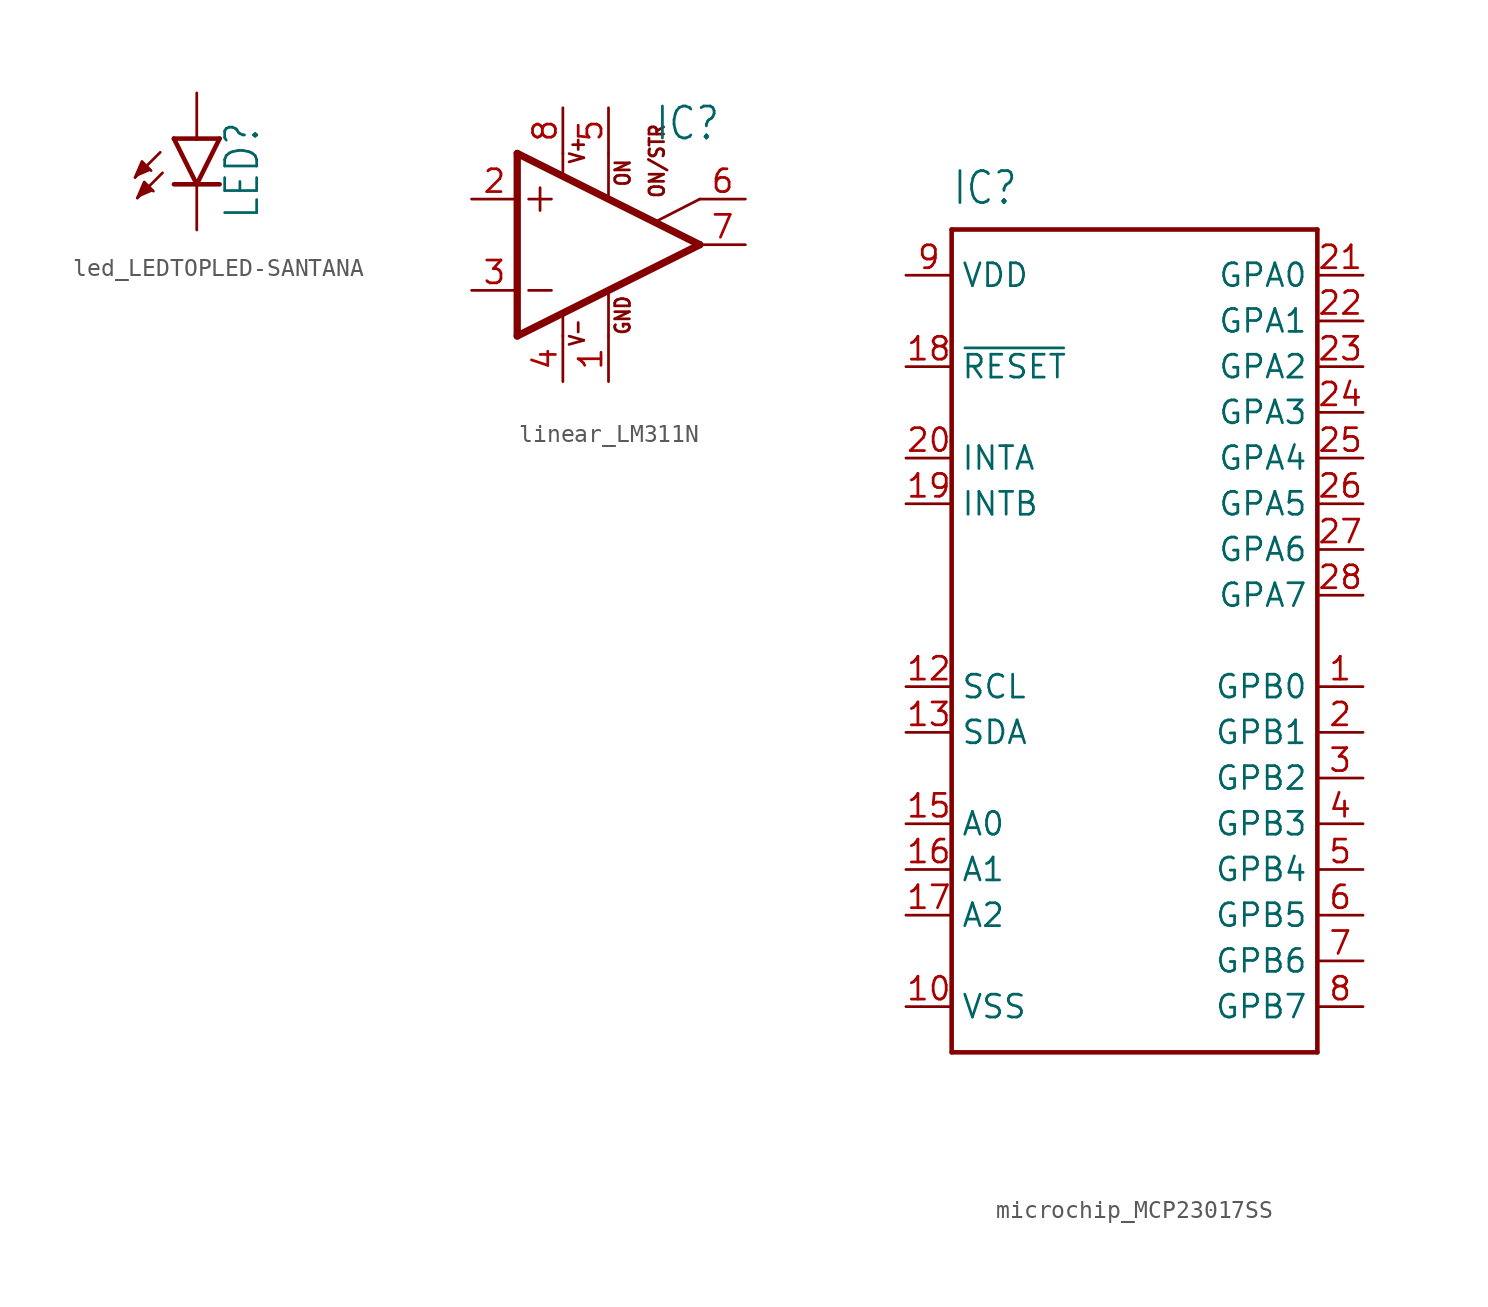
<source format=kicad_sym>
(kicad_symbol_lib
  (version 20231120)
  (generator "kicad_symbol_editor")
  (generator_version "8.0")
  (symbol "led_LEDTOPLED-SANTANA"
    (property "Reference" "LED"
      (at 3.556 -4.572 90)
      (effects (font (size 1.778 1.511)) (justify left bottom)))
    (property "Value" ""
      (at 5.715 -4.572 90)
      (effects (font (size 1.778 1.511)) (justify left bottom)))
    (property "ki_locked" ""
      (at 0 0 0)
      (effects (font (size 1.27 1.27))))
    (symbol "led_LEDTOPLED-SANTANA_1_0"
      (polyline (pts (xy -2.032 -0.762) (xy -3.429 -2.159)) (stroke (width 0.152) (type solid)) (fill (type none)))
      (polyline (pts (xy -1.905 -1.905) (xy -3.302 -3.302)) (stroke (width 0.152) (type solid)) (fill (type none)))
      (polyline (pts (xy 0 -2.54) (xy -1.27 -2.54)) (stroke (width 0.254) (type solid)) (fill (type none)))
      (polyline (pts (xy 0 -2.54) (xy -1.27 0)) (stroke (width 0.254) (type solid)) (fill (type none)))
      (polyline (pts (xy 0 0) (xy -1.27 0)) (stroke (width 0.254) (type solid)) (fill (type none)))
      (polyline (pts (xy 1.27 -2.54) (xy 0 -2.54)) (stroke (width 0.254) (type solid)) (fill (type none)))
      (polyline (pts (xy 1.27 0) (xy 0 -2.54)) (stroke (width 0.254) (type solid)) (fill (type none)))
      (polyline (pts (xy 1.27 0) (xy 0 0)) (stroke (width 0.254) (type solid)) (fill (type none)))
      (polyline (pts (xy -3.429 -2.159) (xy -3.048 -1.27) (xy -2.54 -1.778)) (stroke (width 0.152) (type solid)) (fill (type outline)))
      (polyline (pts (xy -3.302 -3.302) (xy -2.921 -2.413) (xy -2.413 -2.921)) (stroke (width 0.152) (type solid)) (fill (type outline)))
      (pin passive line (at 0 2.54 270) (length 2.54) (name "A" (effects (font (size 0 0)))) (number "A" (effects (font (size 0 0)))))
      (pin passive line (at 0 -5.08 90) (length 2.54) (name "C" (effects (font (size 0 0)))) (number "C" (effects (font (size 0 0)))))))
  (symbol "linear_LM311N"
    (property "Reference" "IC"
      (at 2.54 5.715 0)
      (effects (font (size 1.778 1.511)) (justify left bottom)))
    (property "Value" ""
      (at 2.54 -5.08 0)
      (effects (font (size 1.778 1.511)) (justify left bottom)))
    (property "ki_locked" ""
      (at 0 0 0)
      (effects (font (size 1.27 1.27))))
    (symbol "linear_LM311N_1_0"
      (polyline (pts (xy -5.08 -5.08) (xy 5.08 0)) (stroke (width 0.406) (type solid)) (fill (type none)))
      (polyline (pts (xy -5.08 5.08) (xy -5.08 -5.08)) (stroke (width 0.406) (type solid)) (fill (type none)))
      (polyline (pts (xy -5.08 5.08) (xy 5.08 0)) (stroke (width 0.406) (type solid)) (fill (type none)))
      (polyline (pts (xy -4.445 -2.54) (xy -3.175 -2.54)) (stroke (width 0.152) (type solid)) (fill (type none)))
      (polyline (pts (xy -4.445 2.54) (xy -3.175 2.54)) (stroke (width 0.152) (type solid)) (fill (type none)))
      (polyline (pts (xy -3.81 3.175) (xy -3.81 1.905)) (stroke (width 0.152) (type solid)) (fill (type none)))
      (polyline (pts (xy -2.54 -3.886) (xy -2.54 -5.08)) (stroke (width 0.152) (type solid)) (fill (type none)))
      (polyline (pts (xy -2.54 5.08) (xy -2.54 3.886)) (stroke (width 0.152) (type solid)) (fill (type none)))
      (polyline (pts (xy 0 -5.08) (xy 0 -2.616)) (stroke (width 0.152) (type solid)) (fill (type none)))
      (polyline (pts (xy 0 5.08) (xy 0 2.616)) (stroke (width 0.152) (type solid)) (fill (type none)))
      (polyline (pts (xy 2.642 1.295) (xy 5.08 2.54)) (stroke (width 0.152) (type solid)) (fill (type none)))
      (text "GND" (at 1.27 -5.08 900) (effects (font (size 0.813 0.691)) (justify left bottom)))
      (text "ON" (at 1.27 3.175 900) (effects (font (size 0.813 0.691)) (justify left bottom)))
      (text "ON/STR" (at 3.175 2.54 900) (effects (font (size 0.813 0.691)) (justify left bottom)))
      (text "V+" (at -1.27 4.445 900) (effects (font (size 0.813 0.691)) (justify left bottom)))
      (text "V-" (at -1.27 -5.715 900) (effects (font (size 0.813 0.691)) (justify left bottom)))
      (pin passive line (at 0 -7.62 90) (length 2.54) (name "GND" (effects (font (size 0 0)))) (number "1" (effects (font (size 1.27 1.27)))))
      (pin input line (at -7.62 2.54 0) (length 2.54) (name "+IN" (effects (font (size 0 0)))) (number "2" (effects (font (size 1.27 1.27)))))
      (pin input line (at -7.62 -2.54 0) (length 2.54) (name "-IN" (effects (font (size 0 0)))) (number "3" (effects (font (size 1.27 1.27)))))
      (pin power_in line (at -2.54 -7.62 90) (length 2.54) (name "V-" (effects (font (size 0 0)))) (number "4" (effects (font (size 1.27 1.27)))))
      (pin passive line (at 0 7.62 270) (length 2.54) (name "ON" (effects (font (size 0 0)))) (number "5" (effects (font (size 1.27 1.27)))))
      (pin passive line (at 7.62 2.54 180) (length 2.54) (name "ON/STR" (effects (font (size 0 0)))) (number "6" (effects (font (size 1.27 1.27)))))
      (pin output line (at 7.62 0 180) (length 2.54) (name "OUT" (effects (font (size 0 0)))) (number "7" (effects (font (size 1.27 1.27)))))
      (pin power_in line (at -2.54 7.62 270) (length 2.54) (name "V+" (effects (font (size 0 0)))) (number "8" (effects (font (size 1.27 1.27)))))))
  (symbol "microchip_MCP23017SS"
    (property "Reference" "IC"
      (at -10.16 24.13 0)
      (effects (font (size 1.778 1.511)) (justify left bottom)))
    (property "Value" ""
      (at -10.16 -25.4 0)
      (effects (font (size 1.778 1.511)) (justify left bottom)))
    (property "ki_locked" ""
      (at 0 0 0)
      (effects (font (size 1.27 1.27))))
    (symbol "microchip_MCP23017SS_1_0"
      (polyline (pts (xy -10.16 -22.86) (xy -10.16 22.86)) (stroke (width 0.254) (type solid)) (fill (type none)))
      (polyline (pts (xy -10.16 22.86) (xy 10.16 22.86)) (stroke (width 0.254) (type solid)) (fill (type none)))
      (polyline (pts (xy 10.16 -22.86) (xy -10.16 -22.86)) (stroke (width 0.254) (type solid)) (fill (type none)))
      (polyline (pts (xy 10.16 22.86) (xy 10.16 -22.86)) (stroke (width 0.254) (type solid)) (fill (type none)))
      (pin bidirectional line (at 12.7 -2.54 180) (length 2.54) (name "GPB0" (effects (font (size 1.27 1.27)))) (number "1" (effects (font (size 1.27 1.27)))))
      (pin power_in line (at -12.7 -20.32 0) (length 2.54) (name "VSS" (effects (font (size 1.27 1.27)))) (number "10" (effects (font (size 1.27 1.27)))))
      (pin input line (at -12.7 -2.54 0) (length 2.54) (name "SCL" (effects (font (size 1.27 1.27)))) (number "12" (effects (font (size 1.27 1.27)))))
      (pin bidirectional line (at -12.7 -5.08 0) (length 2.54) (name "SDA" (effects (font (size 1.27 1.27)))) (number "13" (effects (font (size 1.27 1.27)))))
      (pin input line (at -12.7 -10.16 0) (length 2.54) (name "A0" (effects (font (size 1.27 1.27)))) (number "15" (effects (font (size 1.27 1.27)))))
      (pin input line (at -12.7 -12.7 0) (length 2.54) (name "A1" (effects (font (size 1.27 1.27)))) (number "16" (effects (font (size 1.27 1.27)))))
      (pin input line (at -12.7 -15.24 0) (length 2.54) (name "A2" (effects (font (size 1.27 1.27)))) (number "17" (effects (font (size 1.27 1.27)))))
      (pin input line (at -12.7 15.24 0) (length 2.54) (name "~{RESET}" (effects (font (size 1.27 1.27)))) (number "18" (effects (font (size 1.27 1.27)))))
      (pin output line (at -12.7 7.62 0) (length 2.54) (name "INTB" (effects (font (size 1.27 1.27)))) (number "19" (effects (font (size 1.27 1.27)))))
      (pin bidirectional line (at 12.7 -5.08 180) (length 2.54) (name "GPB1" (effects (font (size 1.27 1.27)))) (number "2" (effects (font (size 1.27 1.27)))))
      (pin output line (at -12.7 10.16 0) (length 2.54) (name "INTA" (effects (font (size 1.27 1.27)))) (number "20" (effects (font (size 1.27 1.27)))))
      (pin bidirectional line (at 12.7 20.32 180) (length 2.54) (name "GPA0" (effects (font (size 1.27 1.27)))) (number "21" (effects (font (size 1.27 1.27)))))
      (pin bidirectional line (at 12.7 17.78 180) (length 2.54) (name "GPA1" (effects (font (size 1.27 1.27)))) (number "22" (effects (font (size 1.27 1.27)))))
      (pin bidirectional line (at 12.7 15.24 180) (length 2.54) (name "GPA2" (effects (font (size 1.27 1.27)))) (number "23" (effects (font (size 1.27 1.27)))))
      (pin bidirectional line (at 12.7 12.7 180) (length 2.54) (name "GPA3" (effects (font (size 1.27 1.27)))) (number "24" (effects (font (size 1.27 1.27)))))
      (pin bidirectional line (at 12.7 10.16 180) (length 2.54) (name "GPA4" (effects (font (size 1.27 1.27)))) (number "25" (effects (font (size 1.27 1.27)))))
      (pin bidirectional line (at 12.7 7.62 180) (length 2.54) (name "GPA5" (effects (font (size 1.27 1.27)))) (number "26" (effects (font (size 1.27 1.27)))))
      (pin bidirectional line (at 12.7 5.08 180) (length 2.54) (name "GPA6" (effects (font (size 1.27 1.27)))) (number "27" (effects (font (size 1.27 1.27)))))
      (pin bidirectional line (at 12.7 2.54 180) (length 2.54) (name "GPA7" (effects (font (size 1.27 1.27)))) (number "28" (effects (font (size 1.27 1.27)))))
      (pin bidirectional line (at 12.7 -7.62 180) (length 2.54) (name "GPB2" (effects (font (size 1.27 1.27)))) (number "3" (effects (font (size 1.27 1.27)))))
      (pin bidirectional line (at 12.7 -10.16 180) (length 2.54) (name "GPB3" (effects (font (size 1.27 1.27)))) (number "4" (effects (font (size 1.27 1.27)))))
      (pin bidirectional line (at 12.7 -12.7 180) (length 2.54) (name "GPB4" (effects (font (size 1.27 1.27)))) (number "5" (effects (font (size 1.27 1.27)))))
      (pin bidirectional line (at 12.7 -15.24 180) (length 2.54) (name "GPB5" (effects (font (size 1.27 1.27)))) (number "6" (effects (font (size 1.27 1.27)))))
      (pin bidirectional line (at 12.7 -17.78 180) (length 2.54) (name "GPB6" (effects (font (size 1.27 1.27)))) (number "7" (effects (font (size 1.27 1.27)))))
      (pin bidirectional line (at 12.7 -20.32 180) (length 2.54) (name "GPB7" (effects (font (size 1.27 1.27)))) (number "8" (effects (font (size 1.27 1.27)))))
      (pin power_in line (at -12.7 20.32 0) (length 2.54) (name "VDD" (effects (font (size 1.27 1.27)))) (number "9" (effects (font (size 1.27 1.27))))))))
</source>
